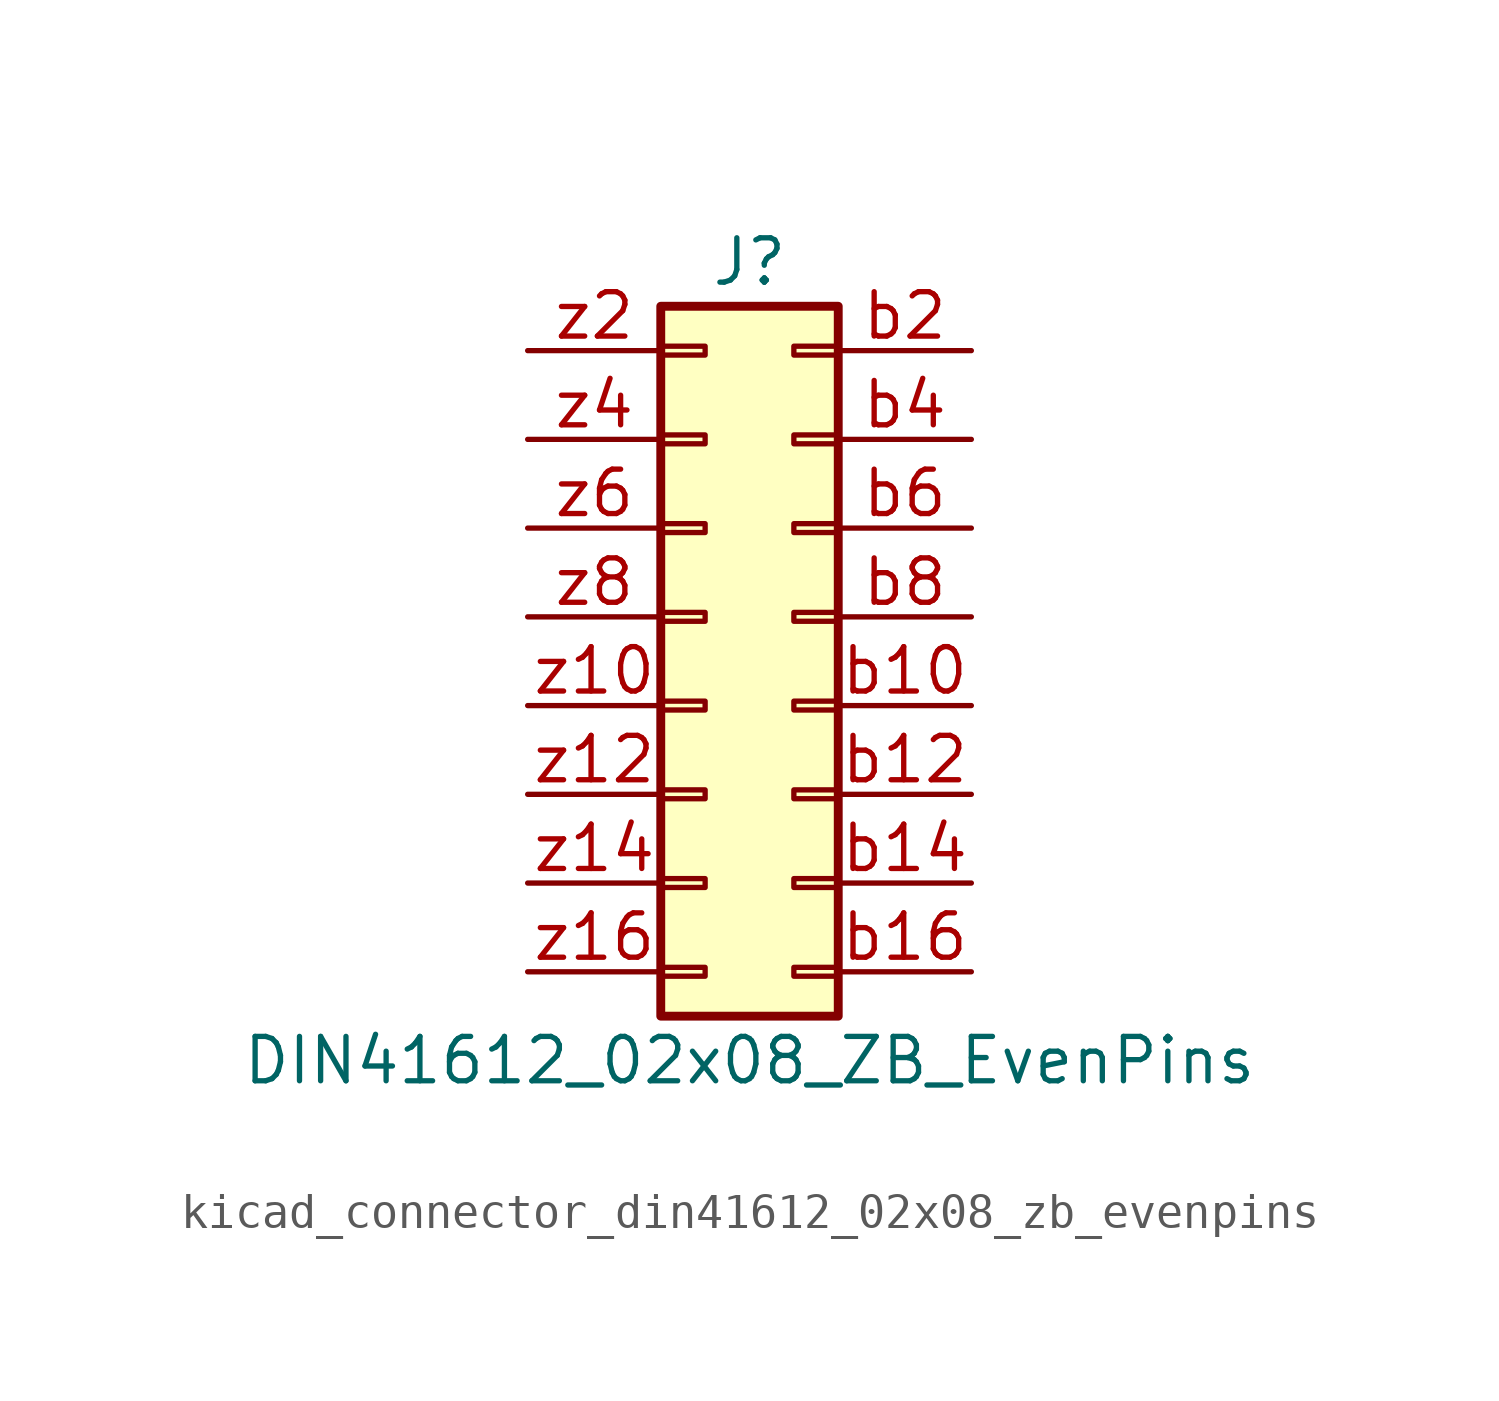
<source format=kicad_sym>
(kicad_symbol_lib
  (version 20220914)
  (generator kicad_symbol_editor)
  (symbol "kicad_connector_din41612_02x08_zb_evenpins"
    (pin_names
      (offset 1.016) hide)
    (property "Reference" "J"
      (at 1.27 10.16 0)
      (effects (font (size 1.27 1.27))))
    (property "Value" "DIN41612_02x08_ZB_EvenPins"
      (at 1.27 -12.7 0)
      (effects (font (size 1.27 1.27))))
    (symbol "kicad_connector_din41612_02x08_zb_evenpins_1_1"
      (rectangle (start -1.27 -10.033) (end 0 -10.287) (stroke (width 0.152) (type default)) (fill (type none)))
      (rectangle (start -1.27 -7.493) (end 0 -7.747) (stroke (width 0.152) (type default)) (fill (type none)))
      (rectangle (start -1.27 -4.953) (end 0 -5.207) (stroke (width 0.152) (type default)) (fill (type none)))
      (rectangle (start -1.27 -2.413) (end 0 -2.667) (stroke (width 0.152) (type default)) (fill (type none)))
      (rectangle (start -1.27 0.127) (end 0 -0.127) (stroke (width 0.152) (type default)) (fill (type none)))
      (rectangle (start -1.27 2.667) (end 0 2.413) (stroke (width 0.152) (type default)) (fill (type none)))
      (rectangle (start -1.27 5.207) (end 0 4.953) (stroke (width 0.152) (type default)) (fill (type none)))
      (rectangle (start -1.27 7.747) (end 0 7.493) (stroke (width 0.152) (type default)) (fill (type none)))
      (rectangle (start -1.27 8.89) (end 3.81 -11.43) (stroke (width 0.254) (type default)) (fill (type background)))
      (rectangle (start 3.81 -10.033) (end 2.54 -10.287) (stroke (width 0.152) (type default)) (fill (type none)))
      (rectangle (start 3.81 -7.493) (end 2.54 -7.747) (stroke (width 0.152) (type default)) (fill (type none)))
      (rectangle (start 3.81 -4.953) (end 2.54 -5.207) (stroke (width 0.152) (type default)) (fill (type none)))
      (rectangle (start 3.81 -2.413) (end 2.54 -2.667) (stroke (width 0.152) (type default)) (fill (type none)))
      (rectangle (start 3.81 0.127) (end 2.54 -0.127) (stroke (width 0.152) (type default)) (fill (type none)))
      (rectangle (start 3.81 2.667) (end 2.54 2.413) (stroke (width 0.152) (type default)) (fill (type none)))
      (rectangle (start 3.81 5.207) (end 2.54 4.953) (stroke (width 0.152) (type default)) (fill (type none)))
      (rectangle (start 3.81 7.747) (end 2.54 7.493) (stroke (width 0.152) (type default)) (fill (type none)))
      (pin passive line (at 7.62 -2.54 180) (length 3.81) (name "Pin_b10" (effects (font (size 1.27 1.27)))) (number "b10" (effects (font (size 1.27 1.27)))))
      (pin passive line (at 7.62 -5.08 180) (length 3.81) (name "Pin_b12" (effects (font (size 1.27 1.27)))) (number "b12" (effects (font (size 1.27 1.27)))))
      (pin passive line (at 7.62 -7.62 180) (length 3.81) (name "Pin_b14" (effects (font (size 1.27 1.27)))) (number "b14" (effects (font (size 1.27 1.27)))))
      (pin passive line (at 7.62 -10.16 180) (length 3.81) (name "Pin_b16" (effects (font (size 1.27 1.27)))) (number "b16" (effects (font (size 1.27 1.27)))))
      (pin passive line (at 7.62 7.62 180) (length 3.81) (name "Pin_b2" (effects (font (size 1.27 1.27)))) (number "b2" (effects (font (size 1.27 1.27)))))
      (pin passive line (at 7.62 5.08 180) (length 3.81) (name "Pin_b4" (effects (font (size 1.27 1.27)))) (number "b4" (effects (font (size 1.27 1.27)))))
      (pin passive line (at 7.62 2.54 180) (length 3.81) (name "Pin_b6" (effects (font (size 1.27 1.27)))) (number "b6" (effects (font (size 1.27 1.27)))))
      (pin passive line (at 7.62 0 180) (length 3.81) (name "Pin_b8" (effects (font (size 1.27 1.27)))) (number "b8" (effects (font (size 1.27 1.27)))))
      (pin passive line (at -5.08 -2.54 0) (length 3.81) (name "Pin_z10" (effects (font (size 1.27 1.27)))) (number "z10" (effects (font (size 1.27 1.27)))))
      (pin passive line (at -5.08 -5.08 0) (length 3.81) (name "Pin_z12" (effects (font (size 1.27 1.27)))) (number "z12" (effects (font (size 1.27 1.27)))))
      (pin passive line (at -5.08 -7.62 0) (length 3.81) (name "Pin_z14" (effects (font (size 1.27 1.27)))) (number "z14" (effects (font (size 1.27 1.27)))))
      (pin passive line (at -5.08 -10.16 0) (length 3.81) (name "Pin_z16" (effects (font (size 1.27 1.27)))) (number "z16" (effects (font (size 1.27 1.27)))))
      (pin passive line (at -5.08 7.62 0) (length 3.81) (name "Pin_z2" (effects (font (size 1.27 1.27)))) (number "z2" (effects (font (size 1.27 1.27)))))
      (pin passive line (at -5.08 5.08 0) (length 3.81) (name "Pin_z4" (effects (font (size 1.27 1.27)))) (number "z4" (effects (font (size 1.27 1.27)))))
      (pin passive line (at -5.08 2.54 0) (length 3.81) (name "Pin_z6" (effects (font (size 1.27 1.27)))) (number "z6" (effects (font (size 1.27 1.27)))))
      (pin passive line (at -5.08 0 0) (length 3.81) (name "Pin_z8" (effects (font (size 1.27 1.27)))) (number "z8" (effects (font (size 1.27 1.27))))))))
</source>
